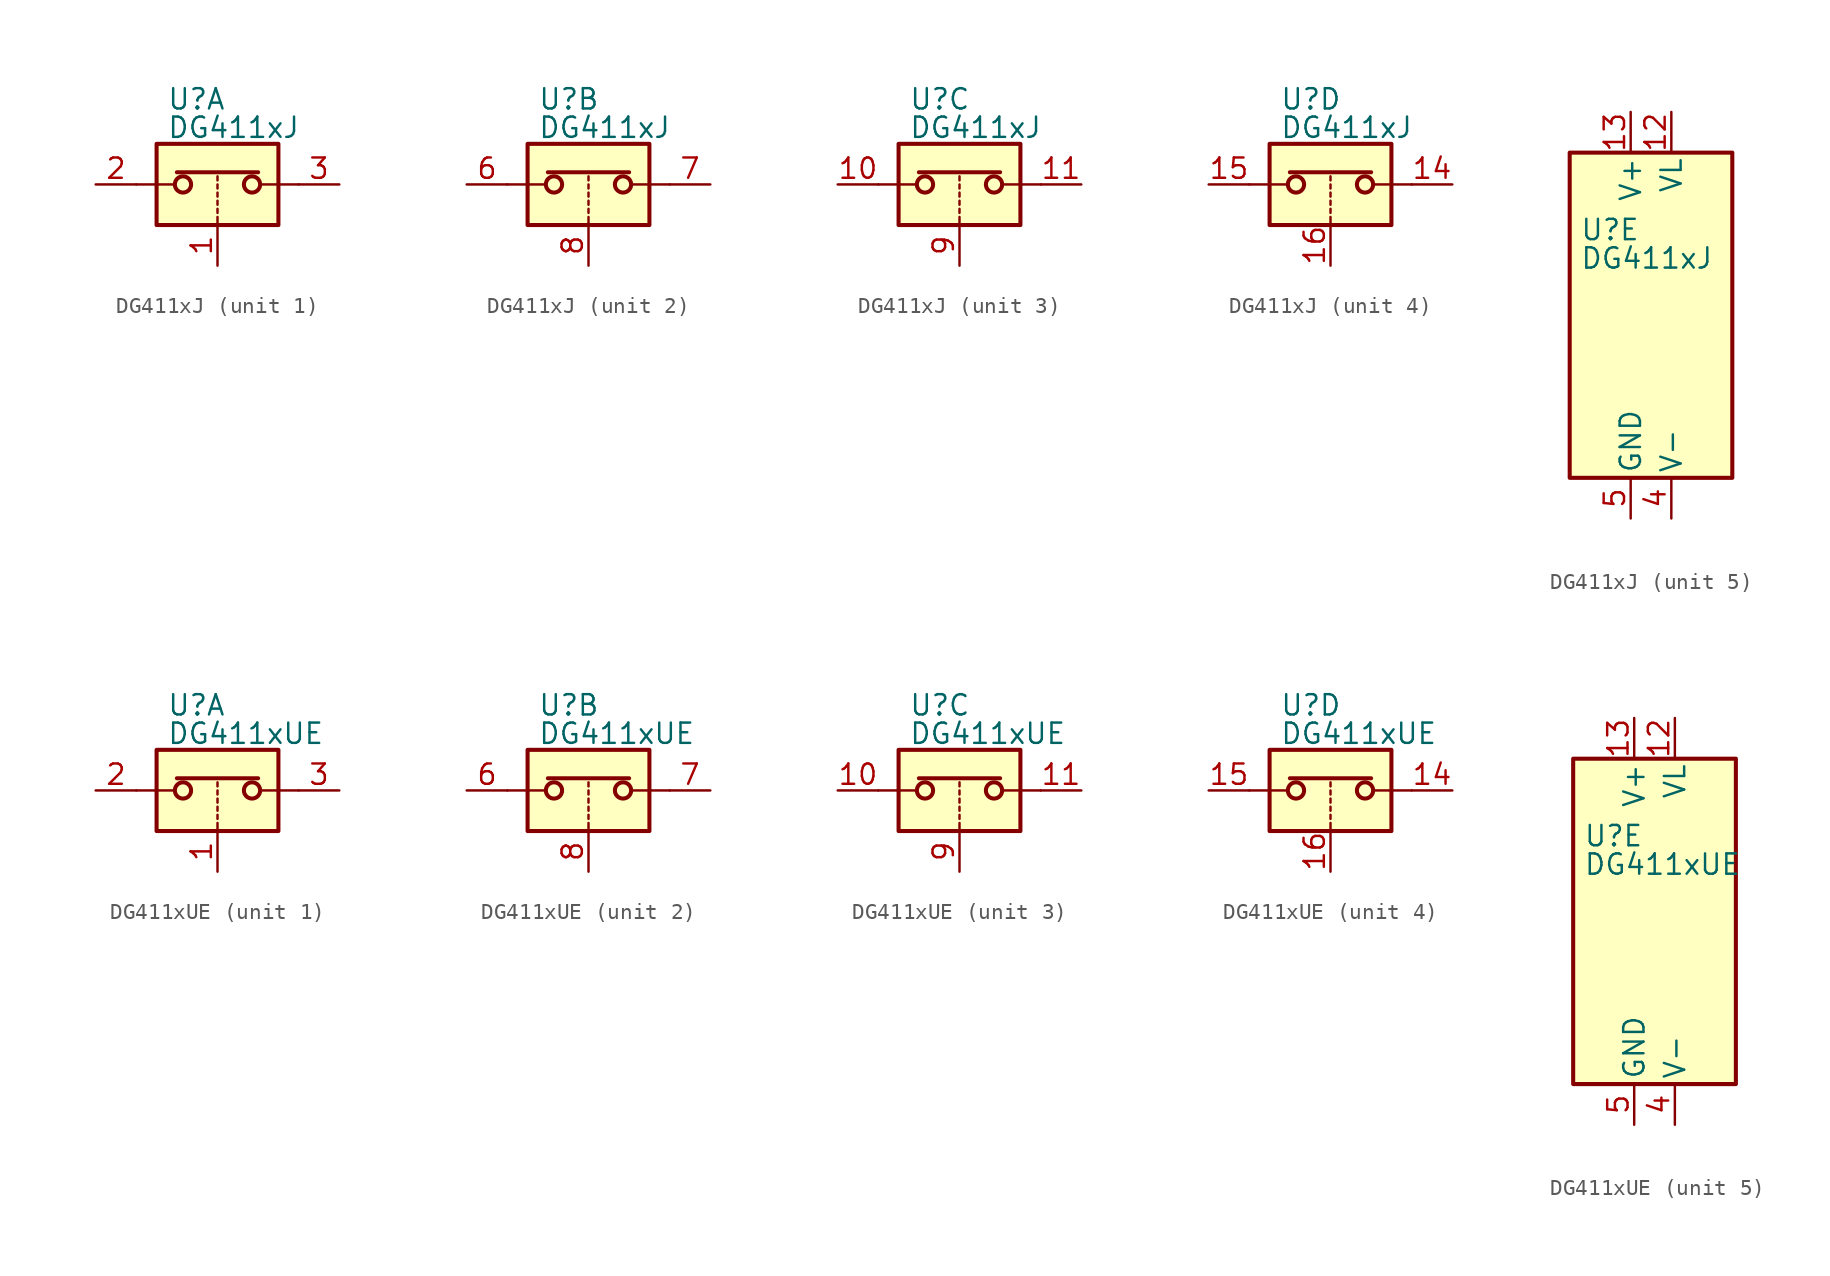
<source format=kicad_sym>
(kicad_symbol_lib
  (version 20201005)
  (generator kicad_symbol_editor)
  (symbol "Analog_Switch:DG411xJ"
    (pin_names
      (offset 0.254))
    (property "Reference" "U"
      (at -3.175 5.334 0)
      (effects (font (size 1.27 1.27)) (justify left)))
    (property "Value" "DG411xJ"
      (at -3.175 3.556 0)
      (effects (font (size 1.27 1.27)) (justify left)))
    (symbol "DG411xJ_1_1"
      (circle (center -2.159 0) (radius 0.508) (stroke (width 0.254)) (fill (type none)))
      (circle (center 2.159 0) (radius 0.508) (stroke (width 0.254)) (fill (type none)))
      (rectangle (start -3.81 2.54) (end 3.81 -2.54) (stroke (width 0.254)) (fill (type background)))
      (polyline (pts (xy -5.08 0) (xy -2.794 0)) (stroke (width 0)) (fill (type none)))
      (polyline (pts (xy -2.54 0.762) (xy 2.54 0.762)) (stroke (width 0.254)) (fill (type none)))
      (polyline (pts (xy 0 -2.54) (xy 0 -2.032)) (stroke (width 0)) (fill (type none)))
      (polyline (pts (xy 0 -1.778) (xy 0 -1.524)) (stroke (width 0)) (fill (type none)))
      (polyline (pts (xy 0 -1.27) (xy 0 -1.016)) (stroke (width 0)) (fill (type none)))
      (polyline (pts (xy 0 -0.762) (xy 0 -0.508)) (stroke (width 0)) (fill (type none)))
      (polyline (pts (xy 0 -0.254) (xy 0 0)) (stroke (width 0)) (fill (type none)))
      (polyline (pts (xy 0 0.254) (xy 0 0.508)) (stroke (width 0)) (fill (type none)))
      (polyline (pts (xy 5.08 0) (xy 2.794 0)) (stroke (width 0)) (fill (type none)))
      (pin input line (at 0 -5.08 90) (length 2.54) (name "~" (effects (font (size 1.27 1.27)))) (number "1" (effects (font (size 1.27 1.27)))))
      (pin passive line (at -7.62 0 0) (length 2.54) (name "~" (effects (font (size 1.27 1.27)))) (number "2" (effects (font (size 1.27 1.27)))))
      (pin passive line (at 7.62 0 180) (length 2.54) (name "~" (effects (font (size 1.27 1.27)))) (number "3" (effects (font (size 1.27 1.27))))))
    (symbol "DG411xJ_2_1"
      (circle (center -2.159 0) (radius 0.508) (stroke (width 0.254)) (fill (type none)))
      (circle (center 2.159 0) (radius 0.508) (stroke (width 0.254)) (fill (type none)))
      (rectangle (start -3.81 2.54) (end 3.81 -2.54) (stroke (width 0.254)) (fill (type background)))
      (polyline (pts (xy -5.08 0) (xy -2.794 0)) (stroke (width 0)) (fill (type none)))
      (polyline (pts (xy -2.54 0.762) (xy 2.54 0.762)) (stroke (width 0.254)) (fill (type none)))
      (polyline (pts (xy 0 -2.54) (xy 0 -2.032)) (stroke (width 0)) (fill (type none)))
      (polyline (pts (xy 0 -1.778) (xy 0 -1.524)) (stroke (width 0)) (fill (type none)))
      (polyline (pts (xy 0 -1.27) (xy 0 -1.016)) (stroke (width 0)) (fill (type none)))
      (polyline (pts (xy 0 -0.762) (xy 0 -0.508)) (stroke (width 0)) (fill (type none)))
      (polyline (pts (xy 0 -0.254) (xy 0 0)) (stroke (width 0)) (fill (type none)))
      (polyline (pts (xy 0 0.254) (xy 0 0.508)) (stroke (width 0)) (fill (type none)))
      (polyline (pts (xy 5.08 0) (xy 2.794 0)) (stroke (width 0)) (fill (type none)))
      (pin passive line (at -7.62 0 0) (length 2.54) (name "~" (effects (font (size 1.27 1.27)))) (number "6" (effects (font (size 1.27 1.27)))))
      (pin passive line (at 7.62 0 180) (length 2.54) (name "~" (effects (font (size 1.27 1.27)))) (number "7" (effects (font (size 1.27 1.27)))))
      (pin input line (at 0 -5.08 90) (length 2.54) (name "~" (effects (font (size 1.27 1.27)))) (number "8" (effects (font (size 1.27 1.27))))))
    (symbol "DG411xJ_3_1"
      (circle (center -2.159 0) (radius 0.508) (stroke (width 0.254)) (fill (type none)))
      (circle (center 2.159 0) (radius 0.508) (stroke (width 0.254)) (fill (type none)))
      (rectangle (start -3.81 2.54) (end 3.81 -2.54) (stroke (width 0.254)) (fill (type background)))
      (polyline (pts (xy -5.08 0) (xy -2.794 0)) (stroke (width 0)) (fill (type none)))
      (polyline (pts (xy -2.54 0.762) (xy 2.54 0.762)) (stroke (width 0.254)) (fill (type none)))
      (polyline (pts (xy 0 -2.54) (xy 0 -2.032)) (stroke (width 0)) (fill (type none)))
      (polyline (pts (xy 0 -1.778) (xy 0 -1.524)) (stroke (width 0)) (fill (type none)))
      (polyline (pts (xy 0 -1.27) (xy 0 -1.016)) (stroke (width 0)) (fill (type none)))
      (polyline (pts (xy 0 -0.762) (xy 0 -0.508)) (stroke (width 0)) (fill (type none)))
      (polyline (pts (xy 0 -0.254) (xy 0 0)) (stroke (width 0)) (fill (type none)))
      (polyline (pts (xy 0 0.254) (xy 0 0.508)) (stroke (width 0)) (fill (type none)))
      (polyline (pts (xy 5.08 0) (xy 2.794 0)) (stroke (width 0)) (fill (type none)))
      (pin passive line (at -7.62 0 0) (length 2.54) (name "~" (effects (font (size 1.27 1.27)))) (number "10" (effects (font (size 1.27 1.27)))))
      (pin passive line (at 7.62 0 180) (length 2.54) (name "~" (effects (font (size 1.27 1.27)))) (number "11" (effects (font (size 1.27 1.27)))))
      (pin input line (at 0 -5.08 90) (length 2.54) (name "~" (effects (font (size 1.27 1.27)))) (number "9" (effects (font (size 1.27 1.27))))))
    (symbol "DG411xJ_4_1"
      (circle (center -2.159 0) (radius 0.508) (stroke (width 0.254)) (fill (type none)))
      (circle (center 2.159 0) (radius 0.508) (stroke (width 0.254)) (fill (type none)))
      (rectangle (start -3.81 2.54) (end 3.81 -2.54) (stroke (width 0.254)) (fill (type background)))
      (polyline (pts (xy -5.08 0) (xy -2.794 0)) (stroke (width 0)) (fill (type none)))
      (polyline (pts (xy -2.54 0.762) (xy 2.54 0.762)) (stroke (width 0.254)) (fill (type none)))
      (polyline (pts (xy 0 -2.54) (xy 0 -2.032)) (stroke (width 0)) (fill (type none)))
      (polyline (pts (xy 0 -1.778) (xy 0 -1.524)) (stroke (width 0)) (fill (type none)))
      (polyline (pts (xy 0 -1.27) (xy 0 -1.016)) (stroke (width 0)) (fill (type none)))
      (polyline (pts (xy 0 -0.762) (xy 0 -0.508)) (stroke (width 0)) (fill (type none)))
      (polyline (pts (xy 0 -0.254) (xy 0 0)) (stroke (width 0)) (fill (type none)))
      (polyline (pts (xy 0 0.254) (xy 0 0.508)) (stroke (width 0)) (fill (type none)))
      (polyline (pts (xy 5.08 0) (xy 2.794 0)) (stroke (width 0)) (fill (type none)))
      (pin passive line (at 7.62 0 180) (length 2.54) (name "~" (effects (font (size 1.27 1.27)))) (number "14" (effects (font (size 1.27 1.27)))))
      (pin passive line (at -7.62 0 0) (length 2.54) (name "~" (effects (font (size 1.27 1.27)))) (number "15" (effects (font (size 1.27 1.27)))))
      (pin input line (at 0 -5.08 90) (length 2.54) (name "~" (effects (font (size 1.27 1.27)))) (number "16" (effects (font (size 1.27 1.27))))))
    (symbol "DG411xJ_5_0"
      (pin power_in line (at 2.54 12.7 270) (length 2.54) (name "VL" (effects (font (size 1.27 1.27)))) (number "12" (effects (font (size 1.27 1.27)))))
      (pin power_in line (at 0 12.7 270) (length 2.54) (name "V+" (effects (font (size 1.27 1.27)))) (number "13" (effects (font (size 1.27 1.27)))))
      (pin power_in line (at 2.54 -12.7 90) (length 2.54) (name "V-" (effects (font (size 1.27 1.27)))) (number "4" (effects (font (size 1.27 1.27)))))
      (pin power_in line (at 0 -12.7 90) (length 2.54) (name "GND" (effects (font (size 1.27 1.27)))) (number "5" (effects (font (size 1.27 1.27))))))
    (symbol "DG411xJ_5_1"
      (rectangle (start -3.81 10.16) (end 6.35 -10.16) (stroke (width 0.254)) (fill (type background)))))
  (symbol "Analog_Switch:DG411xUE"
    (pin_names
      (offset 0.254))
    (property "Reference" "U"
      (at -3.175 5.334 0)
      (effects (font (size 1.27 1.27)) (justify left)))
    (property "Value" "DG411xUE"
      (at -3.175 3.556 0)
      (effects (font (size 1.27 1.27)) (justify left)))
    (symbol "DG411xUE_1_1"
      (circle (center -2.159 0) (radius 0.508) (stroke (width 0.254)) (fill (type none)))
      (circle (center 2.159 0) (radius 0.508) (stroke (width 0.254)) (fill (type none)))
      (rectangle (start -3.81 2.54) (end 3.81 -2.54) (stroke (width 0.254)) (fill (type background)))
      (polyline (pts (xy -5.08 0) (xy -2.794 0)) (stroke (width 0)) (fill (type none)))
      (polyline (pts (xy -2.54 0.762) (xy 2.54 0.762)) (stroke (width 0.254)) (fill (type none)))
      (polyline (pts (xy 0 -2.54) (xy 0 -2.032)) (stroke (width 0)) (fill (type none)))
      (polyline (pts (xy 0 -1.778) (xy 0 -1.524)) (stroke (width 0)) (fill (type none)))
      (polyline (pts (xy 0 -1.27) (xy 0 -1.016)) (stroke (width 0)) (fill (type none)))
      (polyline (pts (xy 0 -0.762) (xy 0 -0.508)) (stroke (width 0)) (fill (type none)))
      (polyline (pts (xy 0 -0.254) (xy 0 0)) (stroke (width 0)) (fill (type none)))
      (polyline (pts (xy 0 0.254) (xy 0 0.508)) (stroke (width 0)) (fill (type none)))
      (polyline (pts (xy 5.08 0) (xy 2.794 0)) (stroke (width 0)) (fill (type none)))
      (pin input line (at 0 -5.08 90) (length 2.54) (name "~" (effects (font (size 1.27 1.27)))) (number "1" (effects (font (size 1.27 1.27)))))
      (pin passive line (at -7.62 0 0) (length 2.54) (name "~" (effects (font (size 1.27 1.27)))) (number "2" (effects (font (size 1.27 1.27)))))
      (pin passive line (at 7.62 0 180) (length 2.54) (name "~" (effects (font (size 1.27 1.27)))) (number "3" (effects (font (size 1.27 1.27))))))
    (symbol "DG411xUE_2_1"
      (circle (center -2.159 0) (radius 0.508) (stroke (width 0.254)) (fill (type none)))
      (circle (center 2.159 0) (radius 0.508) (stroke (width 0.254)) (fill (type none)))
      (rectangle (start -3.81 2.54) (end 3.81 -2.54) (stroke (width 0.254)) (fill (type background)))
      (polyline (pts (xy -5.08 0) (xy -2.794 0)) (stroke (width 0)) (fill (type none)))
      (polyline (pts (xy -2.54 0.762) (xy 2.54 0.762)) (stroke (width 0.254)) (fill (type none)))
      (polyline (pts (xy 0 -2.54) (xy 0 -2.032)) (stroke (width 0)) (fill (type none)))
      (polyline (pts (xy 0 -1.778) (xy 0 -1.524)) (stroke (width 0)) (fill (type none)))
      (polyline (pts (xy 0 -1.27) (xy 0 -1.016)) (stroke (width 0)) (fill (type none)))
      (polyline (pts (xy 0 -0.762) (xy 0 -0.508)) (stroke (width 0)) (fill (type none)))
      (polyline (pts (xy 0 -0.254) (xy 0 0)) (stroke (width 0)) (fill (type none)))
      (polyline (pts (xy 0 0.254) (xy 0 0.508)) (stroke (width 0)) (fill (type none)))
      (polyline (pts (xy 5.08 0) (xy 2.794 0)) (stroke (width 0)) (fill (type none)))
      (pin passive line (at -7.62 0 0) (length 2.54) (name "~" (effects (font (size 1.27 1.27)))) (number "6" (effects (font (size 1.27 1.27)))))
      (pin passive line (at 7.62 0 180) (length 2.54) (name "~" (effects (font (size 1.27 1.27)))) (number "7" (effects (font (size 1.27 1.27)))))
      (pin input line (at 0 -5.08 90) (length 2.54) (name "~" (effects (font (size 1.27 1.27)))) (number "8" (effects (font (size 1.27 1.27))))))
    (symbol "DG411xUE_3_1"
      (circle (center -2.159 0) (radius 0.508) (stroke (width 0.254)) (fill (type none)))
      (circle (center 2.159 0) (radius 0.508) (stroke (width 0.254)) (fill (type none)))
      (rectangle (start -3.81 2.54) (end 3.81 -2.54) (stroke (width 0.254)) (fill (type background)))
      (polyline (pts (xy -5.08 0) (xy -2.794 0)) (stroke (width 0)) (fill (type none)))
      (polyline (pts (xy -2.54 0.762) (xy 2.54 0.762)) (stroke (width 0.254)) (fill (type none)))
      (polyline (pts (xy 0 -2.54) (xy 0 -2.032)) (stroke (width 0)) (fill (type none)))
      (polyline (pts (xy 0 -1.778) (xy 0 -1.524)) (stroke (width 0)) (fill (type none)))
      (polyline (pts (xy 0 -1.27) (xy 0 -1.016)) (stroke (width 0)) (fill (type none)))
      (polyline (pts (xy 0 -0.762) (xy 0 -0.508)) (stroke (width 0)) (fill (type none)))
      (polyline (pts (xy 0 -0.254) (xy 0 0)) (stroke (width 0)) (fill (type none)))
      (polyline (pts (xy 0 0.254) (xy 0 0.508)) (stroke (width 0)) (fill (type none)))
      (polyline (pts (xy 5.08 0) (xy 2.794 0)) (stroke (width 0)) (fill (type none)))
      (pin passive line (at -7.62 0 0) (length 2.54) (name "~" (effects (font (size 1.27 1.27)))) (number "10" (effects (font (size 1.27 1.27)))))
      (pin passive line (at 7.62 0 180) (length 2.54) (name "~" (effects (font (size 1.27 1.27)))) (number "11" (effects (font (size 1.27 1.27)))))
      (pin input line (at 0 -5.08 90) (length 2.54) (name "~" (effects (font (size 1.27 1.27)))) (number "9" (effects (font (size 1.27 1.27))))))
    (symbol "DG411xUE_4_1"
      (circle (center -2.159 0) (radius 0.508) (stroke (width 0.254)) (fill (type none)))
      (circle (center 2.159 0) (radius 0.508) (stroke (width 0.254)) (fill (type none)))
      (rectangle (start -3.81 2.54) (end 3.81 -2.54) (stroke (width 0.254)) (fill (type background)))
      (polyline (pts (xy -5.08 0) (xy -2.794 0)) (stroke (width 0)) (fill (type none)))
      (polyline (pts (xy -2.54 0.762) (xy 2.54 0.762)) (stroke (width 0.254)) (fill (type none)))
      (polyline (pts (xy 0 -2.54) (xy 0 -2.032)) (stroke (width 0)) (fill (type none)))
      (polyline (pts (xy 0 -1.778) (xy 0 -1.524)) (stroke (width 0)) (fill (type none)))
      (polyline (pts (xy 0 -1.27) (xy 0 -1.016)) (stroke (width 0)) (fill (type none)))
      (polyline (pts (xy 0 -0.762) (xy 0 -0.508)) (stroke (width 0)) (fill (type none)))
      (polyline (pts (xy 0 -0.254) (xy 0 0)) (stroke (width 0)) (fill (type none)))
      (polyline (pts (xy 0 0.254) (xy 0 0.508)) (stroke (width 0)) (fill (type none)))
      (polyline (pts (xy 5.08 0) (xy 2.794 0)) (stroke (width 0)) (fill (type none)))
      (pin passive line (at 7.62 0 180) (length 2.54) (name "~" (effects (font (size 1.27 1.27)))) (number "14" (effects (font (size 1.27 1.27)))))
      (pin passive line (at -7.62 0 0) (length 2.54) (name "~" (effects (font (size 1.27 1.27)))) (number "15" (effects (font (size 1.27 1.27)))))
      (pin input line (at 0 -5.08 90) (length 2.54) (name "~" (effects (font (size 1.27 1.27)))) (number "16" (effects (font (size 1.27 1.27))))))
    (symbol "DG411xUE_5_0"
      (pin power_in line (at 2.54 12.7 270) (length 2.54) (name "VL" (effects (font (size 1.27 1.27)))) (number "12" (effects (font (size 1.27 1.27)))))
      (pin power_in line (at 0 12.7 270) (length 2.54) (name "V+" (effects (font (size 1.27 1.27)))) (number "13" (effects (font (size 1.27 1.27)))))
      (pin power_in line (at 2.54 -12.7 90) (length 2.54) (name "V-" (effects (font (size 1.27 1.27)))) (number "4" (effects (font (size 1.27 1.27)))))
      (pin power_in line (at 0 -12.7 90) (length 2.54) (name "GND" (effects (font (size 1.27 1.27)))) (number "5" (effects (font (size 1.27 1.27))))))
    (symbol "DG411xUE_5_1"
      (rectangle (start -3.81 10.16) (end 6.35 -10.16) (stroke (width 0.254)) (fill (type background))))))
</source>
